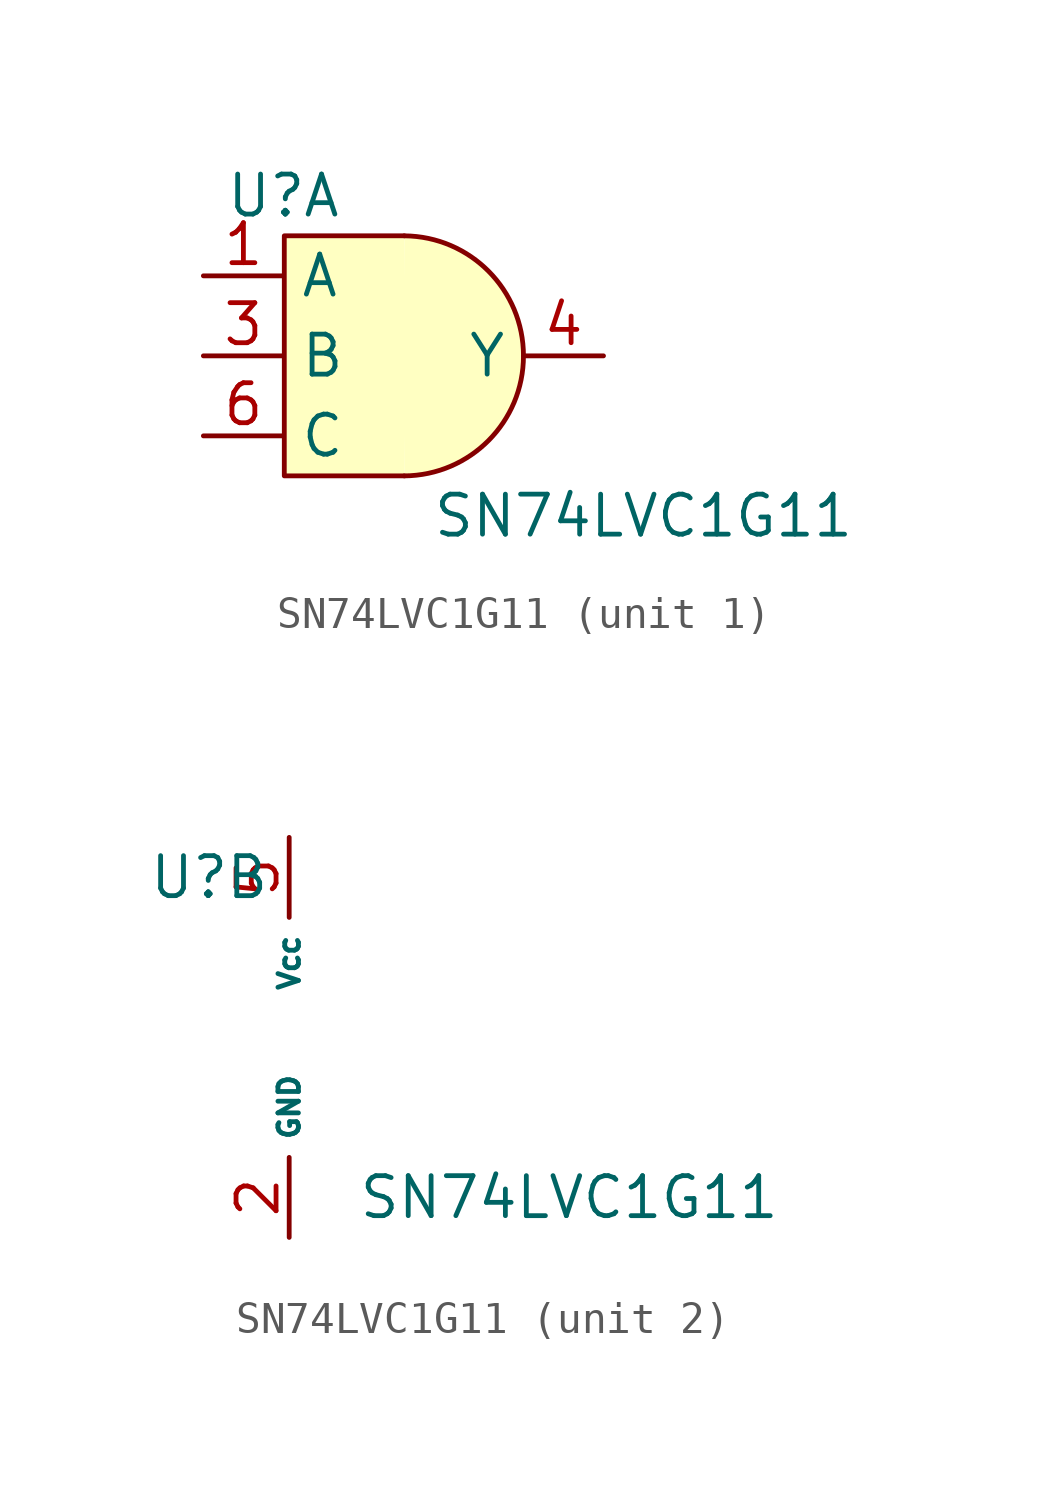
<source format=kicad_sym>
(kicad_symbol_lib
  (version 20211014)
  (generator kicad_symbol_editor)
  (symbol "SN74LVC1G11"
    (property "Reference" "U"
      (at -2.54 5.08 0)
      (effects (font (size 1.27 1.27))))
    (property "Value" "SN74LVC1G11"
      (at 8.89 -5.08 0)
      (effects (font (size 1.27 1.27))))
    (property "ki_locked" ""
      (at 0 0 0)
      (effects (font (size 1.27 1.27))))
    (symbol "SN74LVC1G11_1_1"
      (polyline (pts (xy 1.298 3.81) (xy -2.512 3.81) (xy -2.512 -3.81) (xy 1.298 -3.81)) (stroke (width 0) (type default) (color 0 0 0 0)) (fill (type background)))
      (arc (start 1.2976 -3.81) (mid 5.0801 0) (end 1.2976 3.81) (stroke (width 0) (type default) (color 0 0 0 0)) (fill (type background)))
      (pin input line (at -5.08 2.54 0) (length 2.54) (name "A" (effects (font (size 1.27 1.27)))) (number "1" (effects (font (size 1.27 1.27)))))
      (pin input line (at -5.08 0 0) (length 2.54) (name "B" (effects (font (size 1.27 1.27)))) (number "3" (effects (font (size 1.27 1.27)))))
      (pin output line (at 7.62 0 180) (length 2.54) (name "Y" (effects (font (size 1.27 1.27)))) (number "4" (effects (font (size 1.27 1.27)))))
      (pin input line (at -5.08 -2.54 0) (length 2.54) (name "C" (effects (font (size 1.27 1.27)))) (number "6" (effects (font (size 1.27 1.27))))))
    (symbol "SN74LVC1G11_2_1"
      (pin passive line (at 0 -6.35 90) (length 2.54) (name "GND" (effects (font (size 0.65 0.65)))) (number "2" (effects (font (size 1.27 1.27)))))
      (pin power_in line (at 0 6.35 270) (length 2.54) (name "Vcc" (effects (font (size 0.65 0.65)))) (number "5" (effects (font (size 1.27 1.27))))))))
</source>
